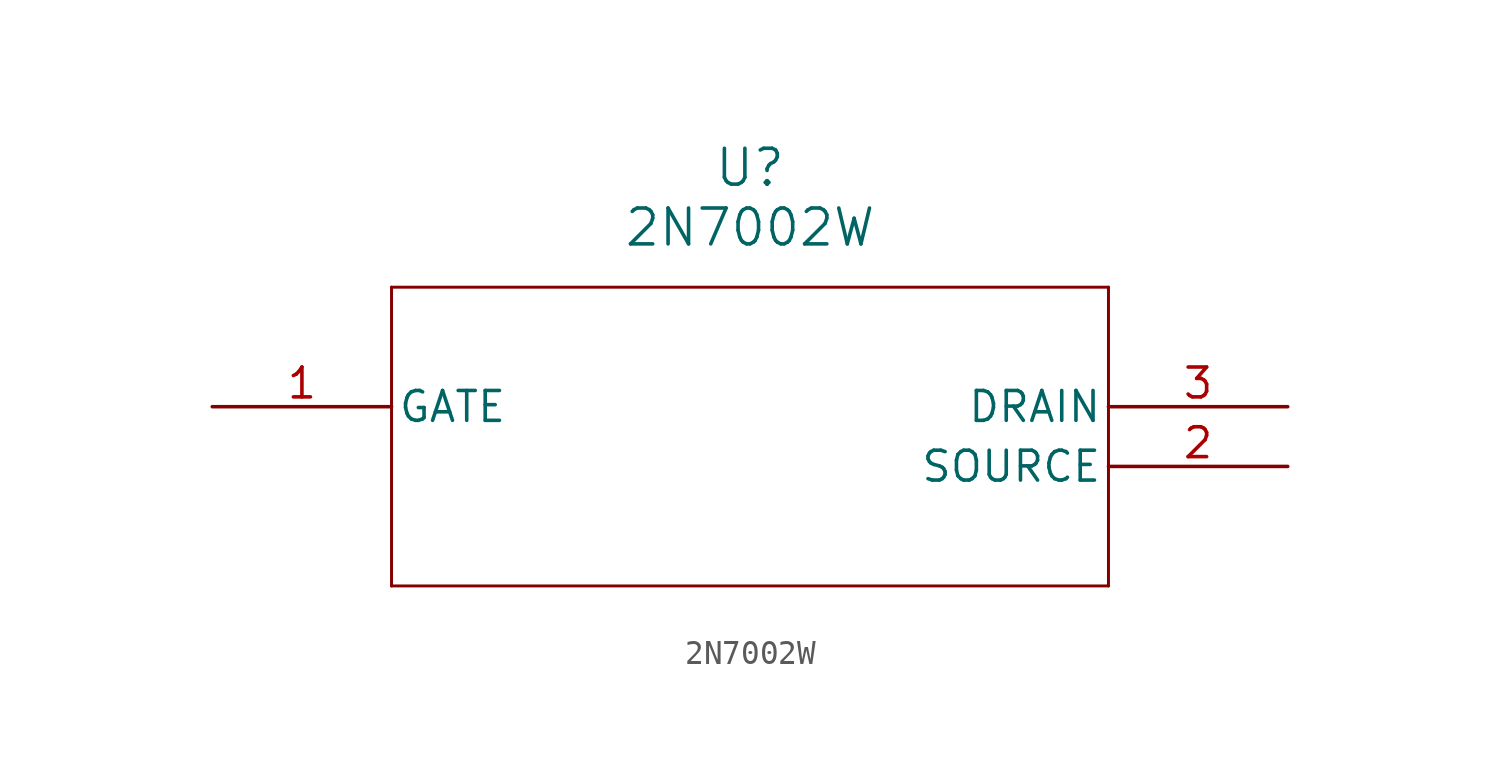
<source format=kicad_sym>
(kicad_symbol_lib
  (version 20211014)
  (generator kicad_symbol_editor)
  (symbol "2N7002W"
    (pin_names
      (offset 0.254))
    (property "Reference" "U"
      (at 22.86 10.16 0)
      (effects (font (size 1.524 1.524))))
    (property "Value" "2N7002W"
      (at 22.86 7.62 0)
      (effects (font (size 1.524 1.524))))
    (symbol "2N7002W_0_1"
      (polyline (pts (xy 7.62 5.08) (xy 7.62 -7.62)) (stroke (width 0.127) (type default) (color 0 0 0 0)) (fill (type none)))
      (polyline (pts (xy 7.62 -7.62) (xy 38.1 -7.62)) (stroke (width 0.127) (type default) (color 0 0 0 0)) (fill (type none)))
      (polyline (pts (xy 38.1 -7.62) (xy 38.1 5.08)) (stroke (width 0.127) (type default) (color 0 0 0 0)) (fill (type none)))
      (polyline (pts (xy 38.1 5.08) (xy 7.62 5.08)) (stroke (width 0.127) (type default) (color 0 0 0 0)) (fill (type none)))
      (pin unspecified line (at 0 0 0) (length 7.62) (name "GATE" (effects (font (size 1.27 1.27)))) (number "1" (effects (font (size 1.27 1.27)))))
      (pin unspecified line (at 45.72 -2.54 180) (length 7.62) (name "SOURCE" (effects (font (size 1.27 1.27)))) (number "2" (effects (font (size 1.27 1.27)))))
      (pin unspecified line (at 45.72 0 180) (length 7.62) (name "DRAIN" (effects (font (size 1.27 1.27)))) (number "3" (effects (font (size 1.27 1.27))))))))
</source>
